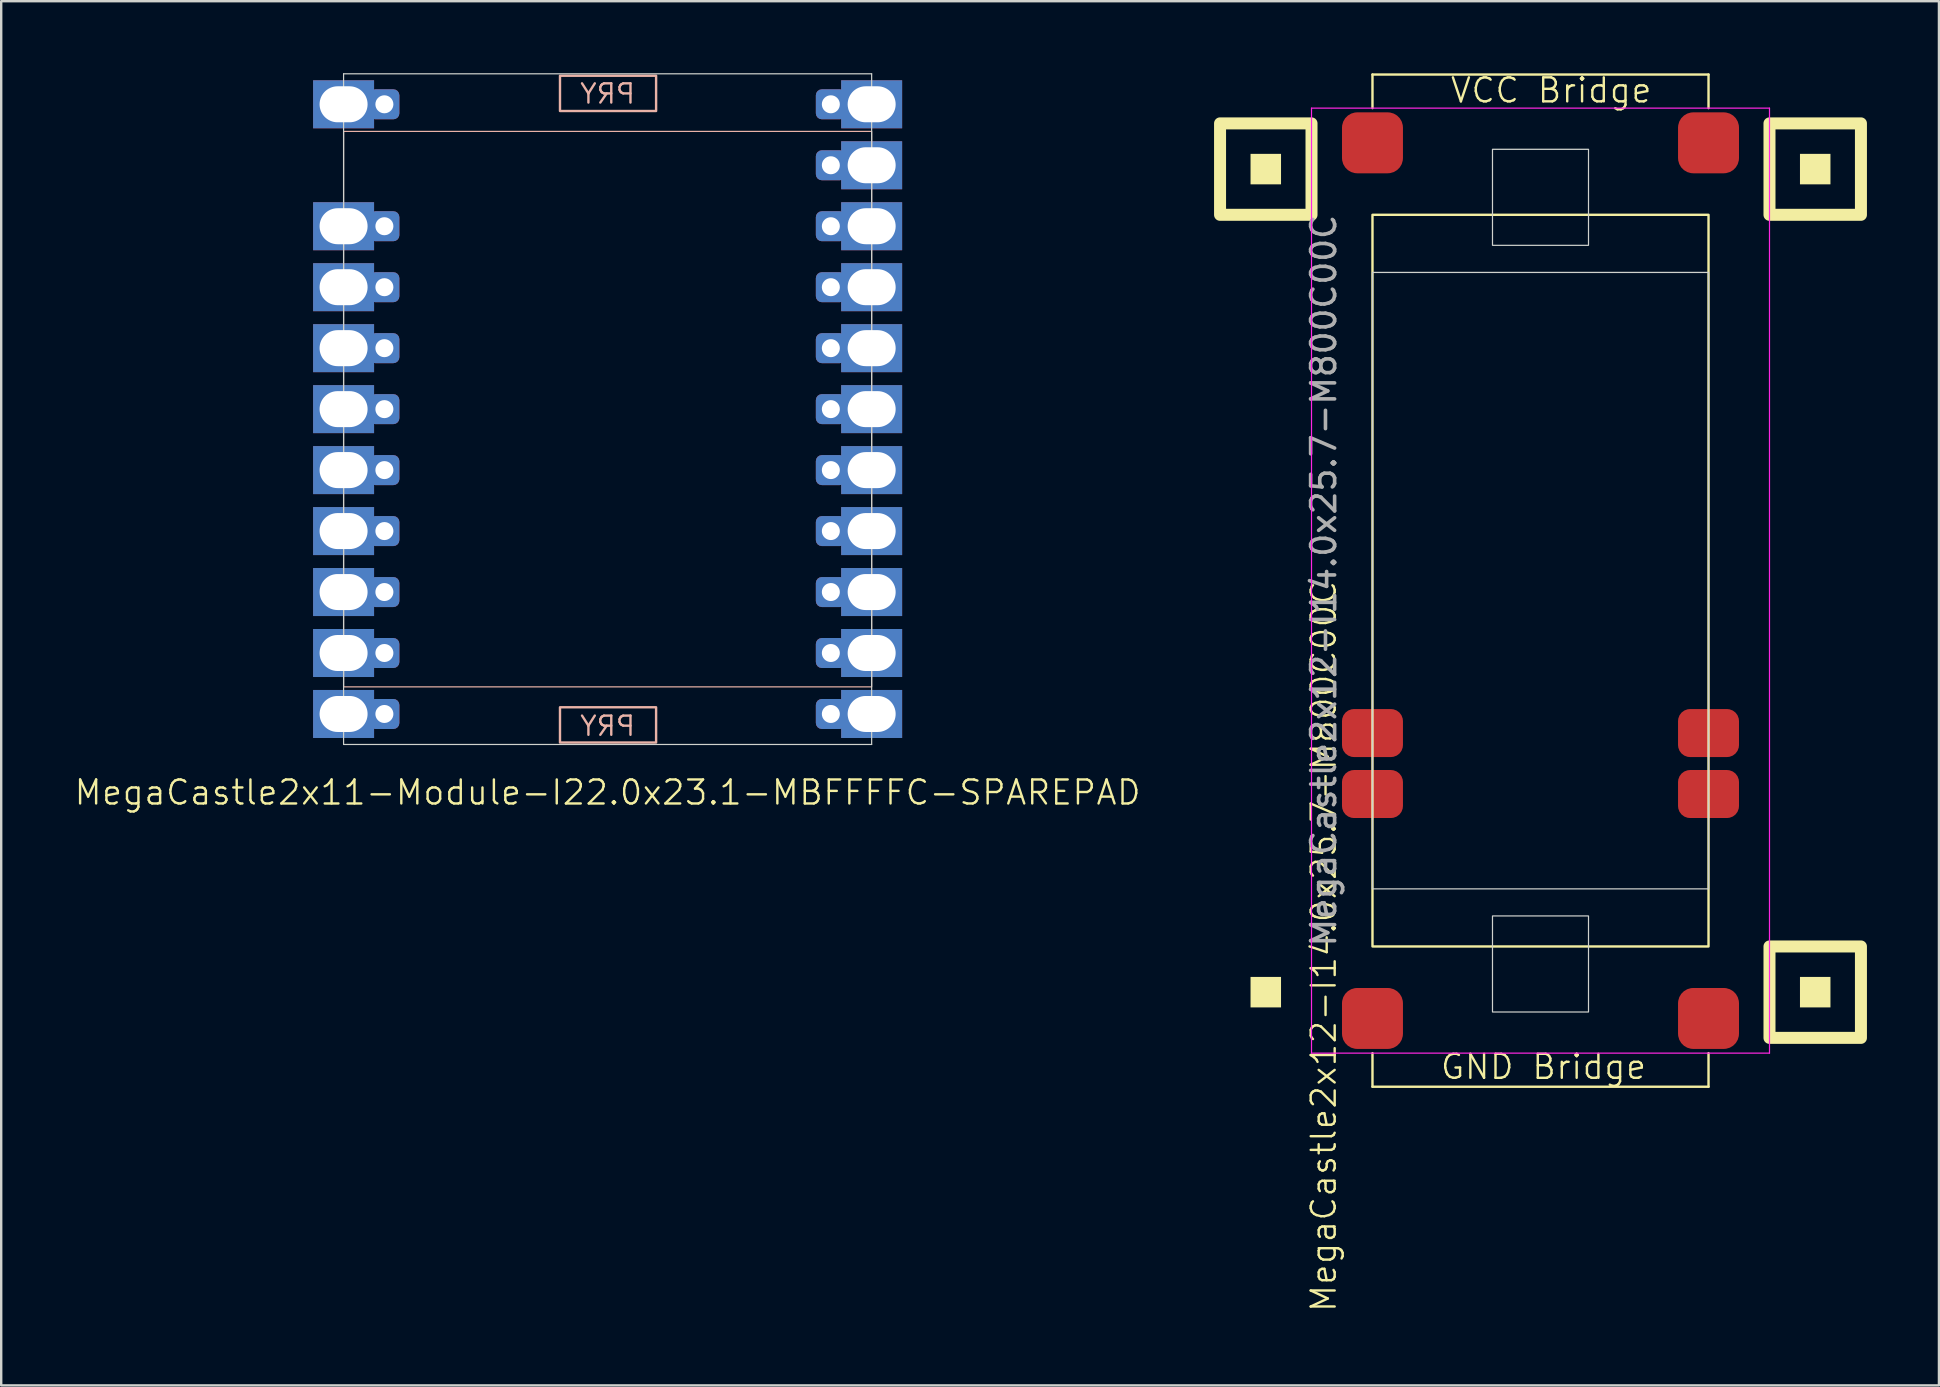
<source format=kicad_pcb>
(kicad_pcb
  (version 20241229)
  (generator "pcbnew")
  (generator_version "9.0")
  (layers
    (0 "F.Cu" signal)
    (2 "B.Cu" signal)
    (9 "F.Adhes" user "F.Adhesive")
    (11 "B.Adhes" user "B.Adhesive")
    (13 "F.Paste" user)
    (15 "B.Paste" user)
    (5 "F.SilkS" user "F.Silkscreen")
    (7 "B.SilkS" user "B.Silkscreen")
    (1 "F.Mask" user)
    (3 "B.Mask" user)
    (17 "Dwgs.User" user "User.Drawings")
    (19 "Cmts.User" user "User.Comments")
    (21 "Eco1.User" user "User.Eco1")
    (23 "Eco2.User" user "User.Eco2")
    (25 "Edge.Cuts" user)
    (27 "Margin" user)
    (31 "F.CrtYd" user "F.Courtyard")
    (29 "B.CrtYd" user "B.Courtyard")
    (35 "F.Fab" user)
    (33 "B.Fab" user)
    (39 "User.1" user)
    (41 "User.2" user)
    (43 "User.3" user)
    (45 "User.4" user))
  (footprint "MegaCastle2x12-I14.0x25.7-M800C00C"
    (layer "F.Cu")
    (at 61.129 21.14)
    (property "Reference" "MegaCastle2x12-I14.0x25.7-M800C00C" (at -9.032 15.24 90) (unlocked yes) (layer "F.SilkS") (effects (font (size 1 1) (thickness 0.1))))
    (attr smd)
    (fp_line (start -7 -21.085) (end 7 -21.085) (stroke (width 0.1) (type default)) (layer "F.SilkS"))
    (fp_line (start -7 -19.685) (end -7 -21.085) (stroke (width 0.1) (type default)) (layer "F.SilkS"))
    (fp_line (start -7 19.685) (end -7 21.085) (stroke (width 0.1) (type default)) (layer "F.SilkS"))
    (fp_line (start -7 21.085) (end 7 21.085) (stroke (width 0.1) (type default)) (layer "F.SilkS"))
    (fp_line (start 7 -19.685) (end 7 -21.085) (stroke (width 0.1) (type default)) (layer "F.SilkS"))
    (fp_line (start 7 19.685) (end 7 21.085) (stroke (width 0.1) (type default)) (layer "F.SilkS"))
    (fp_rect (start -10.81 -16.51) (end -12.08 -17.78) (stroke (width 0) (type solid)) (fill yes) (layer "F.SilkS"))
    (fp_rect (start -10.81 17.78) (end -12.08 16.51) (stroke (width 0) (type solid)) (fill yes) (layer "F.SilkS"))
    (fp_rect (start -9.54 -15.24) (end -13.35 -19.05) (stroke (width 0.5) (type default)) (fill no) (layer "F.SilkS"))
    (fp_rect (start -7 -15.24) (end 7 15.24) (stroke (width 0.1) (type default)) (fill no) (layer "F.SilkS"))
    (fp_rect (start 12.08 -16.51) (end 10.81 -17.78) (stroke (width 0) (type solid)) (fill yes) (layer "F.SilkS"))
    (fp_rect (start 12.08 17.78) (end 10.81 16.51) (stroke (width 0) (type solid)) (fill yes) (layer "F.SilkS"))
    (fp_rect (start 13.35 -15.24) (end 9.54 -19.05) (stroke (width 0.5) (type default)) (fill no) (layer "F.SilkS"))
    (fp_rect (start 13.35 19.05) (end 9.54 15.24) (stroke (width 0.5) (type default)) (fill no) (layer "F.SilkS"))
    (fp_rect (start -7 -12.84) (end 7 12.84) (stroke (width 0.05) (type default)) (fill no) (layer "Edge.Cuts"))
    (fp_rect (start -2 -13.97) (end 2 -17.97) (stroke (width 0.05) (type default)) (fill no) (layer "Edge.Cuts"))
    (fp_rect (start -2 13.97) (end 2 17.97) (stroke (width 0.05) (type default)) (fill no) (layer "Edge.Cuts"))
    (fp_line (start -9.54 -19.685) (end -9.54 19.685) (stroke (width 0.05) (type default)) (layer "F.CrtYd"))
    (fp_line (start -9.54 19.685) (end 9.54 19.685) (stroke (width 0.05) (type default)) (layer "F.CrtYd"))
    (fp_line (start 9.54 -19.685) (end -9.54 -19.685) (stroke (width 0.05) (type default)) (layer "F.CrtYd"))
    (fp_line (start 9.54 -19.685) (end 9.54 19.685) (stroke (width 0.05) (type default)) (layer "F.CrtYd"))
    (fp_text user "GND Bridge" (at -4.226 20.84 0) (unlocked yes) (layer "F.SilkS") (effects (font (size 1 1) (thickness 0.1)) (justify left bottom)))
    (fp_text user "VCC Bridge" (at -3.81 -19.84 0) (unlocked yes) (layer "F.SilkS") (effects (font (size 1 1) (thickness 0.1)) (justify left bottom)))
    (fp_text user "${REFERENCE}" (at -9.032 0 90) (unlocked yes) (layer "F.Fab") (effects (font (size 1 1) (thickness 0.15))))
    (pad "9" smd roundrect (at -7 6.35) (size 2.54 2) (layers "F.Cu" "F.Mask" "F.Paste") (roundrect_rratio 0.25))
    (pad "10" smd roundrect (at -7 8.89) (size 2.54 2) (layers "F.Cu" "F.Mask" "F.Paste") (roundrect_rratio 0.25))
    (pad "21" smd roundrect (at 7 6.35) (size 2.54 2) (layers "F.Cu" "F.Mask" "F.Paste") (roundrect_rratio 0.25))
    (pad "22" smd roundrect (at 7 8.89) (size 2.54 2) (layers "F.Cu" "F.Mask" "F.Paste") (roundrect_rratio 0.25))
    (pad "A1" smd roundrect (at -7 -18.24) (size 2.54 2.54) (layers "F.Cu" "F.Mask" "F.Paste") (roundrect_rratio 0.25))
    (pad "A2" smd roundrect (at 7 -18.24) (size 2.54 2.54) (layers "F.Cu" "F.Mask" "F.Paste") (roundrect_rratio 0.25))
    (pad "B1" smd roundrect (at -7 18.24) (size 2.54 2.54) (layers "F.Cu" "F.Mask" "F.Paste") (roundrect_rratio 0.25))
    (pad "B2" smd roundrect (at 7 18.24) (size 2.54 2.54) (layers "F.Cu" "F.Mask" "F.Paste") (roundrect_rratio 0.25)))
  (footprint "MegaCastle2x11-Module-I22.0x23.1-MBFFFFC-SPAREPAD"
    (layer "F.Cu")
    (at 22.264 13.995)
    (property "Reference" "MegaCastle2x11-Module-I22.0x23.1-MBFFFFC-SPAREPAD" (at 0 15.97 0) (unlocked yes) (layer "F.SilkS") (effects (font (size 1 1) (thickness 0.1))))
    (attr smd)
    (fp_rect (start -11 11.57) (end 11 -11.57) (stroke (width 0.05) (type default)) (fill no) (layer "B.SilkS"))
    (fp_rect (start -1.984 -12.421) (end 2.02 -13.89) (stroke (width 0.1) (type default)) (fill no) (layer "B.SilkS"))
    (fp_rect (start -1.984 12.421) (end 2.02 13.89) (stroke (width 0.1) (type default)) (fill no) (layer "B.SilkS"))
    (fp_line (start -11 -13.97) (end -11 13.97) (stroke (width 0.05) (type default)) (layer "Edge.Cuts"))
    (fp_line (start -11 -13.97) (end 11 -13.97) (stroke (width 0.05) (type default)) (layer "Edge.Cuts"))
    (fp_line (start -11 13.97) (end 11 13.97) (stroke (width 0.05) (type default)) (layer "Edge.Cuts"))
    (fp_line (start 11 -13.97) (end 11 13.97) (stroke (width 0.05) (type default)) (layer "Edge.Cuts"))
    (fp_text user "PRY" (at 0 13.67 0) (unlocked yes) (layer "B.SilkS") (effects (font (size 0.8 0.8) (thickness 0.1)) (justify bottom mirror)))
    (fp_text user "PRY" (at 0 -12.67 0) (unlocked yes) (layer "B.SilkS") (effects (font (size 0.8 0.8) (thickness 0.1)) (justify bottom mirror)))
    (pad "1" thru_hole rect (at -11 -12.7) (size 2.54 2) (drill oval 2 1.5) (property pad_prop_castellated) (layers "*.Cu" "*.Mask"))
    (pad "1" thru_hole roundrect (at -9.3 -12.7 180) (size 1.25 1.25) (drill 0.75) (layers "*.Cu" "*.Mask") (roundrect_rratio 0.2))
    (pad "3" thru_hole rect (at -11 -7.62) (size 2.54 2) (drill oval 2 1.5) (property pad_prop_castellated) (layers "*.Cu" "*.Mask"))
    (pad "3" thru_hole roundrect (at -9.3 -7.62 180) (size 1.25 1.25) (drill 0.75) (layers "*.Cu" "*.Mask") (roundrect_rratio 0.2))
    (pad "4" thru_hole rect (at -11 -5.08) (size 2.54 2) (drill oval 2 1.5) (property pad_prop_castellated) (layers "*.Cu" "*.Mask"))
    (pad "4" thru_hole roundrect (at -9.3 -5.08 180) (size 1.25 1.25) (drill 0.75) (layers "*.Cu" "*.Mask") (roundrect_rratio 0.2))
    (pad "5" thru_hole rect (at -11 -2.54) (size 2.54 2) (drill oval 2 1.5) (property pad_prop_castellated) (layers "*.Cu" "*.Mask"))
    (pad "5" thru_hole roundrect (at -9.3 -2.54 180) (size 1.25 1.25) (drill 0.75) (layers "*.Cu" "*.Mask") (roundrect_rratio 0.2))
    (pad "6" thru_hole rect (at -11 0) (size 2.54 2) (drill oval 2 1.5) (property pad_prop_castellated) (layers "*.Cu" "*.Mask"))
    (pad "6" thru_hole roundrect (at -9.3 0 180) (size 1.25 1.25) (drill 0.75) (layers "*.Cu" "*.Mask") (roundrect_rratio 0.2))
    (pad "7" thru_hole rect (at -11 2.54) (size 2.54 2) (drill oval 2 1.5) (property pad_prop_castellated) (layers "*.Cu" "*.Mask"))
    (pad "7" thru_hole roundrect (at -9.3 2.54 180) (size 1.25 1.25) (drill 0.75) (layers "*.Cu" "*.Mask") (roundrect_rratio 0.2))
    (pad "8" thru_hole rect (at -11 5.08) (size 2.54 2) (drill oval 2 1.5) (property pad_prop_castellated) (layers "*.Cu" "*.Mask"))
    (pad "8" thru_hole roundrect (at -9.3 5.08 180) (size 1.25 1.25) (drill 0.75) (layers "*.Cu" "*.Mask") (roundrect_rratio 0.2))
    (pad "9" thru_hole rect (at -11 7.62) (size 2.54 2) (drill oval 2 1.5) (property pad_prop_castellated) (layers "*.Cu" "*.Mask"))
    (pad "9" thru_hole roundrect (at -9.3 7.62 180) (size 1.25 1.25) (drill 0.75) (layers "*.Cu" "*.Mask") (roundrect_rratio 0.2))
    (pad "10" thru_hole rect (at -11 10.16) (size 2.54 2) (drill oval 2 1.5) (property pad_prop_castellated) (layers "*.Cu" "*.Mask"))
    (pad "10" thru_hole roundrect (at -9.3 10.16 180) (size 1.25 1.25) (drill 0.75) (layers "*.Cu" "*.Mask") (roundrect_rratio 0.2))
    (pad "11" thru_hole rect (at -11 12.7) (size 2.54 2) (drill oval 2 1.5) (property pad_prop_castellated) (layers "*.Cu" "*.Mask"))
    (pad "11" thru_hole roundrect (at -9.3 12.7 180) (size 1.25 1.25) (drill 0.75) (layers "*.Cu" "*.Mask") (roundrect_rratio 0.2))
    (pad "12" thru_hole roundrect (at 9.3 -12.7 180) (size 1.25 1.25) (drill 0.75) (layers "*.Cu" "*.Mask") (roundrect_rratio 0.2))
    (pad "12" thru_hole rect (at 11 -12.7) (size 2.54 2) (drill oval 2 1.5) (property pad_prop_castellated) (layers "*.Cu" "*.Mask"))
    (pad "13" thru_hole roundrect (at 9.3 -10.16 180) (size 1.25 1.25) (drill 0.75) (layers "*.Cu" "*.Mask") (roundrect_rratio 0.2))
    (pad "13" thru_hole rect (at 11 -10.16) (size 2.54 2) (drill oval 2 1.5) (property pad_prop_castellated) (layers "*.Cu" "*.Mask"))
    (pad "14" thru_hole roundrect (at 9.3 -7.62 180) (size 1.25 1.25) (drill 0.75) (layers "*.Cu" "*.Mask") (roundrect_rratio 0.2))
    (pad "14" thru_hole rect (at 11 -7.62) (size 2.54 2) (drill oval 2 1.5) (property pad_prop_castellated) (layers "*.Cu" "*.Mask"))
    (pad "15" thru_hole roundrect (at 9.3 -5.08 180) (size 1.25 1.25) (drill 0.75) (layers "*.Cu" "*.Mask") (roundrect_rratio 0.2))
    (pad "15" thru_hole rect (at 11 -5.08) (size 2.54 2) (drill oval 2 1.5) (property pad_prop_castellated) (layers "*.Cu" "*.Mask"))
    (pad "16" thru_hole roundrect (at 9.3 -2.54 180) (size 1.25 1.25) (drill 0.75) (layers "*.Cu" "*.Mask") (roundrect_rratio 0.2))
    (pad "16" thru_hole rect (at 11 -2.54) (size 2.54 2) (drill oval 2 1.5) (property pad_prop_castellated) (layers "*.Cu" "*.Mask"))
    (pad "17" thru_hole roundrect (at 9.3 0 180) (size 1.25 1.25) (drill 0.75) (layers "*.Cu" "*.Mask") (roundrect_rratio 0.2))
    (pad "17" thru_hole rect (at 11 0) (size 2.54 2) (drill oval 2 1.5) (property pad_prop_castellated) (layers "*.Cu" "*.Mask"))
    (pad "18" thru_hole roundrect (at 9.3 2.54 180) (size 1.25 1.25) (drill 0.75) (layers "*.Cu" "*.Mask") (roundrect_rratio 0.2))
    (pad "18" thru_hole rect (at 11 2.54) (size 2.54 2) (drill oval 2 1.5) (property pad_prop_castellated) (layers "*.Cu" "*.Mask"))
    (pad "19" thru_hole roundrect (at 9.3 5.08 180) (size 1.25 1.25) (drill 0.75) (layers "*.Cu" "*.Mask") (roundrect_rratio 0.2))
    (pad "19" thru_hole rect (at 11 5.08) (size 2.54 2) (drill oval 2 1.5) (property pad_prop_castellated) (layers "*.Cu" "*.Mask"))
    (pad "20" thru_hole roundrect (at 9.3 7.62 180) (size 1.25 1.25) (drill 0.75) (layers "*.Cu" "*.Mask") (roundrect_rratio 0.2))
    (pad "20" thru_hole rect (at 11 7.62) (size 2.54 2) (drill oval 2 1.5) (property pad_prop_castellated) (layers "*.Cu" "*.Mask"))
    (pad "21" thru_hole roundrect (at 9.3 10.16 180) (size 1.25 1.25) (drill 0.75) (layers "*.Cu" "*.Mask") (roundrect_rratio 0.2))
    (pad "21" thru_hole rect (at 11 10.16) (size 2.54 2) (drill oval 2 1.5) (property pad_prop_castellated) (layers "*.Cu" "*.Mask"))
    (pad "22" thru_hole roundrect (at 9.3 12.7 180) (size 1.25 1.25) (drill 0.75) (layers "*.Cu" "*.Mask") (roundrect_rratio 0.2))
    (pad "22" thru_hole rect (at 11 12.7) (size 2.54 2) (drill oval 2 1.5) (property pad_prop_castellated) (layers "*.Cu" "*.Mask"))
    (zone (net_name "") (layer "B.Cu") (hatch edge 0.5) (connect_pads) (min_thickness 0.25) (filled_areas_thickness no) (keepout (tracks allowed) (vias allowed) (pads allowed) (copperpour allowed) (footprints not_allowed)) (placement (enabled no)) (fill) (polygon (pts (xy 11.264 27.965) (xy 11.264 0.025))))
    (zone (net_name "") (layer "B.Cu") (hatch edge 0.5) (connect_pads) (min_thickness 0.25) (filled_areas_thickness no) (keepout (tracks allowed) (vias allowed) (pads allowed) (copperpour allowed) (footprints not_allowed)) (placement (enabled no)) (fill) (polygon (pts (xy 33.264 27.965) (xy 33.264 0.025))))
    (zone (net_name "") (layer "B.Cu") (hatch edge 0.5) (connect_pads) (min_thickness 0.25) (filled_areas_thickness no) (keepout (tracks allowed) (vias allowed) (pads allowed) (copperpour allowed) (footprints not_allowed)) (placement (enabled no)) (fill) (polygon (pts (xy 11.264 0.025) (xy 11.264 2.425) (xy 33.264 2.425) (xy 33.264 0.025))))
    (zone (net_name "") (layer "B.Cu") (hatch edge 0.5) (connect_pads) (min_thickness 0.25) (filled_areas_thickness no) (keepout (tracks allowed) (vias allowed) (pads allowed) (copperpour allowed) (footprints not_allowed)) (placement (enabled no)) (fill) (polygon (pts (xy 11.264 27.965) (xy 11.264 25.565) (xy 33.264 25.565) (xy 33.264 27.965))))
    (zone (net_name "") (layer "B.Cu") (name "Upper Pry Zone") (hatch edge 0.5) (connect_pads) (min_thickness 0.25) (filled_areas_thickness no) (keepout (tracks not_allowed) (vias not_allowed) (pads not_allowed) (copperpour allowed) (footprints not_allowed)) (placement (enabled no)) (fill) (polygon (pts (xy 20.28 1.574) (xy 20.28 0.105) (xy 24.284 0.105) (xy 24.284 1.574))))
    (zone (net_name "") (layer "B.Cu") (name "Upper Pry Zone") (hatch edge 0.5) (connect_pads) (min_thickness 0.25) (filled_areas_thickness no) (keepout (tracks not_allowed) (vias not_allowed) (pads not_allowed) (copperpour allowed) (footprints not_allowed)) (placement (enabled no)) (fill) (polygon (pts (xy 20.28 26.416) (xy 20.28 27.885) (xy 24.284 27.885) (xy 24.284 26.416)))))
  (gr_rect
    (start -3 -3)
    (end 77.729 54.668)
    (stroke (width 0.1) (type default))
    (fill no)
    (layer "Edge.Cuts")))
</source>
